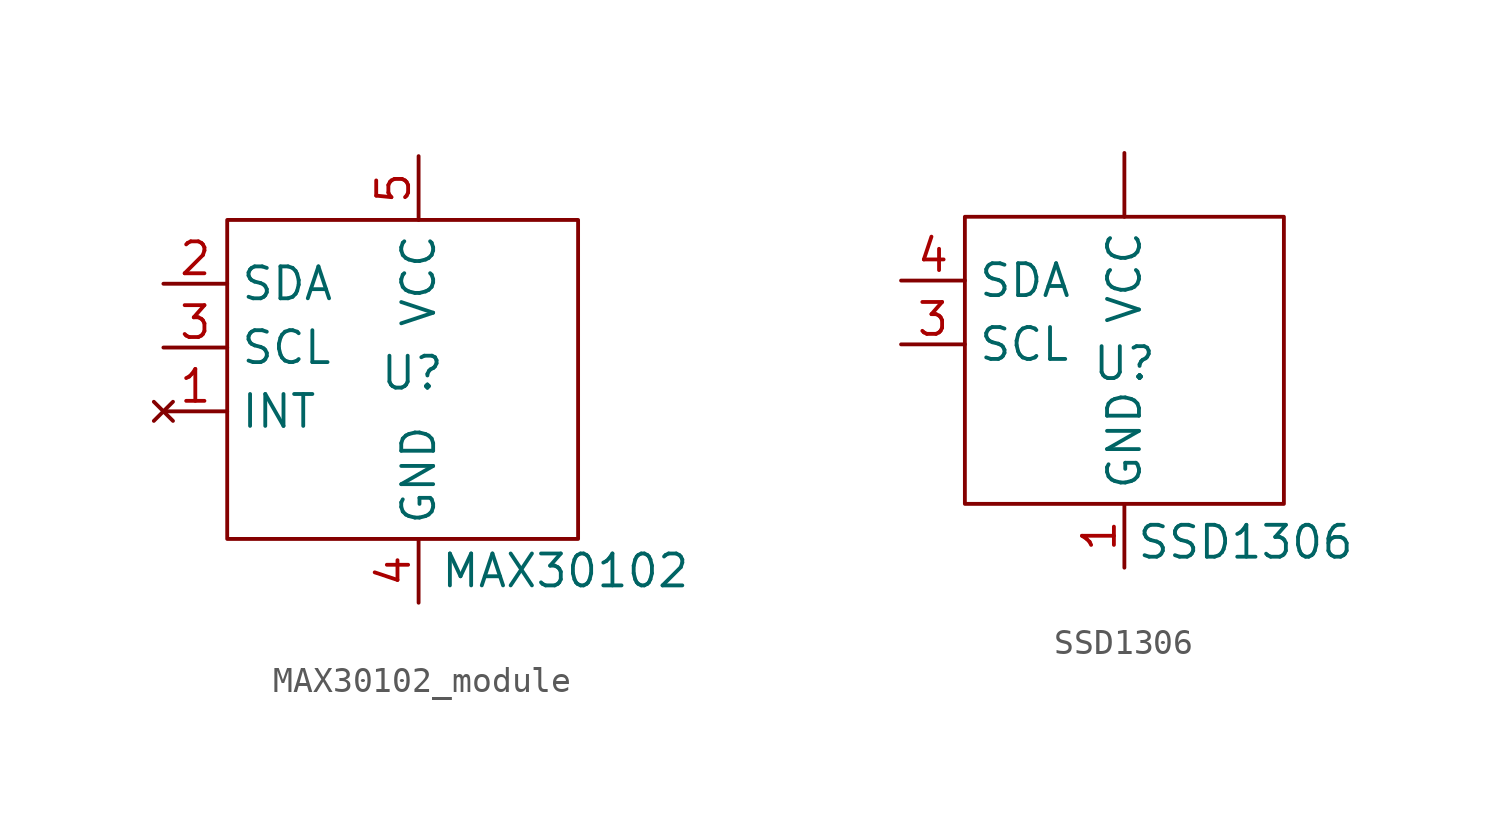
<source format=kicad_sym>
(kicad_symbol_lib
  (version 20231120)
  (generator "kicad_symbol_editor")
  (generator_version "8.0")
  (symbol "MAX30102_module"
    (property "Reference" "U"
      (at 4.826 -3.556 0)
      (effects (font (size 1.27 1.27))))
    (property "Value" "MAX30102"
      (at 10.922 -11.43 0)
      (effects (font (size 1.27 1.27))))
    (symbol "MAX30102_module_0_1"
      (rectangle (start -2.54 2.54) (end 11.43 -10.16) (stroke (width 0) (type default)) (fill (type none))))
    (symbol "MAX30102_module_1_1"
      (pin no_connect line (at -5.08 -5.08 0) (length 2.54) (name "INT" (effects (font (size 1.27 1.27)))) (number "1" (effects (font (size 1.27 1.27)))))
      (pin bidirectional line (at -5.08 0 0) (length 2.54) (name "SDA" (effects (font (size 1.27 1.27)))) (number "2" (effects (font (size 1.27 1.27)))))
      (pin input line (at -5.08 -2.54 0) (length 2.54) (name "SCL" (effects (font (size 1.27 1.27)))) (number "3" (effects (font (size 1.27 1.27)))))
      (pin power_out line (at 5.08 -12.7 90) (length 2.54) (name "GND" (effects (font (size 1.27 1.27)))) (number "4" (effects (font (size 1.27 1.27)))))
      (pin power_in line (at 5.08 5.08 270) (length 2.54) (name "VCC" (effects (font (size 1.27 1.27)))) (number "5" (effects (font (size 1.27 1.27)))))))
  (symbol "SSD1306"
    (property "Reference" "U"
      (at 0 0.508 0)
      (effects (font (size 1.27 1.27))))
    (property "Value" "SSD1306"
      (at 4.826 -6.604 0)
      (effects (font (size 1.27 1.27))))
    (symbol "SSD1306_0_1"
      (rectangle (start -6.35 6.35) (end 6.35 -5.08) (stroke (width 0) (type default)) (fill (type none))))
    (symbol "SSD1306_1_1"
      (pin power_in line (at 0 8.89 270) (length 2.54) (name "VCC" (effects (font (size 1.27 1.27)))) (number "" (effects (font (size 1.27 1.27)))))
      (pin power_in line (at 0 -7.62 90) (length 2.54) (name "GND" (effects (font (size 1.27 1.27)))) (number "1" (effects (font (size 1.27 1.27)))))
      (pin input line (at -8.89 1.27 0) (length 2.54) (name "SCL" (effects (font (size 1.27 1.27)))) (number "3" (effects (font (size 1.27 1.27)))))
      (pin bidirectional line (at -8.89 3.81 0) (length 2.54) (name "SDA" (effects (font (size 1.27 1.27)))) (number "4" (effects (font (size 1.27 1.27))))))))
</source>
